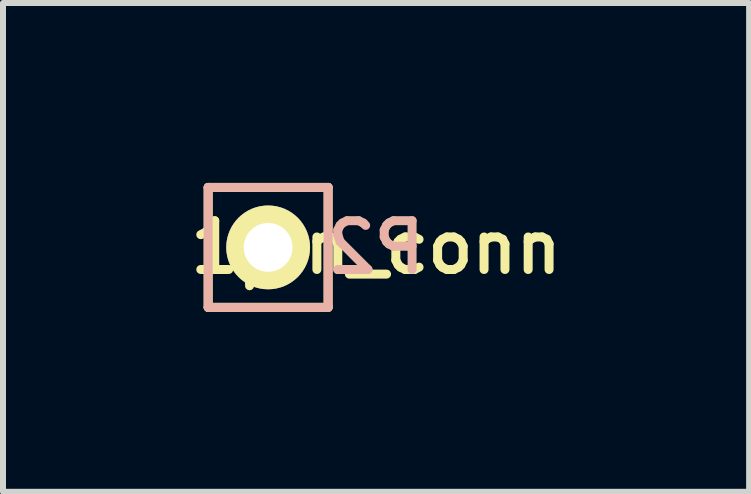
<source format=kicad_pcb>
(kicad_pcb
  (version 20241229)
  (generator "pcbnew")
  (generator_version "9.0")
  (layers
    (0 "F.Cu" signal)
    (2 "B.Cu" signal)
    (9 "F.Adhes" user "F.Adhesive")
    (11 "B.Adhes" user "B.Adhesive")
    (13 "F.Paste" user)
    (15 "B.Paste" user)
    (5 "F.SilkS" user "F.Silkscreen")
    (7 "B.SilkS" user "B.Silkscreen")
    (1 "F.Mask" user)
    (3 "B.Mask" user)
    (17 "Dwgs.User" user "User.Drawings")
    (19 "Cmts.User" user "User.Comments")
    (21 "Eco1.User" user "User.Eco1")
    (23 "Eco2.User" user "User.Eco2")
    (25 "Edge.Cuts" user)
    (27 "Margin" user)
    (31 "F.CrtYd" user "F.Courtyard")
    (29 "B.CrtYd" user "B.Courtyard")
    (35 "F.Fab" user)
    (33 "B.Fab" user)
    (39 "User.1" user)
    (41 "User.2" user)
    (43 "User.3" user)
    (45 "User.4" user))
  (footprint "1pin_conn"
    (layer "F.Cu")
    (at 1.421 1.075)
    (property "Reference" "1pin_conn" (at 1.8 0 0) (layer "F.SilkS") (effects (font (size 0.813 0.813) (thickness 0.15))))
    (attr through_hole)
    (fp_line (start -1 -1) (end -1 1) (stroke (width 0.15) (type solid)) (layer "F.SilkS"))
    (fp_line (start -1 1) (end 1 1) (stroke (width 0.15) (type solid)) (layer "F.SilkS"))
    (fp_line (start 1 -1) (end -1 -1) (stroke (width 0.15) (type solid)) (layer "F.SilkS"))
    (fp_line (start 1 1) (end 1 -1) (stroke (width 0.15) (type solid)) (layer "F.SilkS"))
    (fp_line (start -1 -1) (end 1 -1) (stroke (width 0.15) (type solid)) (layer "B.SilkS"))
    (fp_line (start -1 1) (end -1 -1) (stroke (width 0.15) (type solid)) (layer "B.SilkS"))
    (fp_line (start 1 -1) (end 1 1) (stroke (width 0.15) (type solid)) (layer "B.SilkS"))
    (fp_line (start 1 1) (end -1 1) (stroke (width 0.15) (type solid)) (layer "B.SilkS"))
    (fp_text user "P2" (at 1.8 0 0) (layer "B.SilkS") (effects (font (size 0.813 0.813) (thickness 0.15)) (justify mirror)))
    (pad "1" thru_hole circle (at 0 0) (size 1.397 1.397) (drill 0.813) (layers "*.Cu" "*.Mask" "F.SilkS")))
  (gr_rect
    (start -3 -3)
    (end 9.441 5.15)
    (stroke (width 0.1) (type default))
    (fill no)
    (layer "Edge.Cuts")))
</source>
